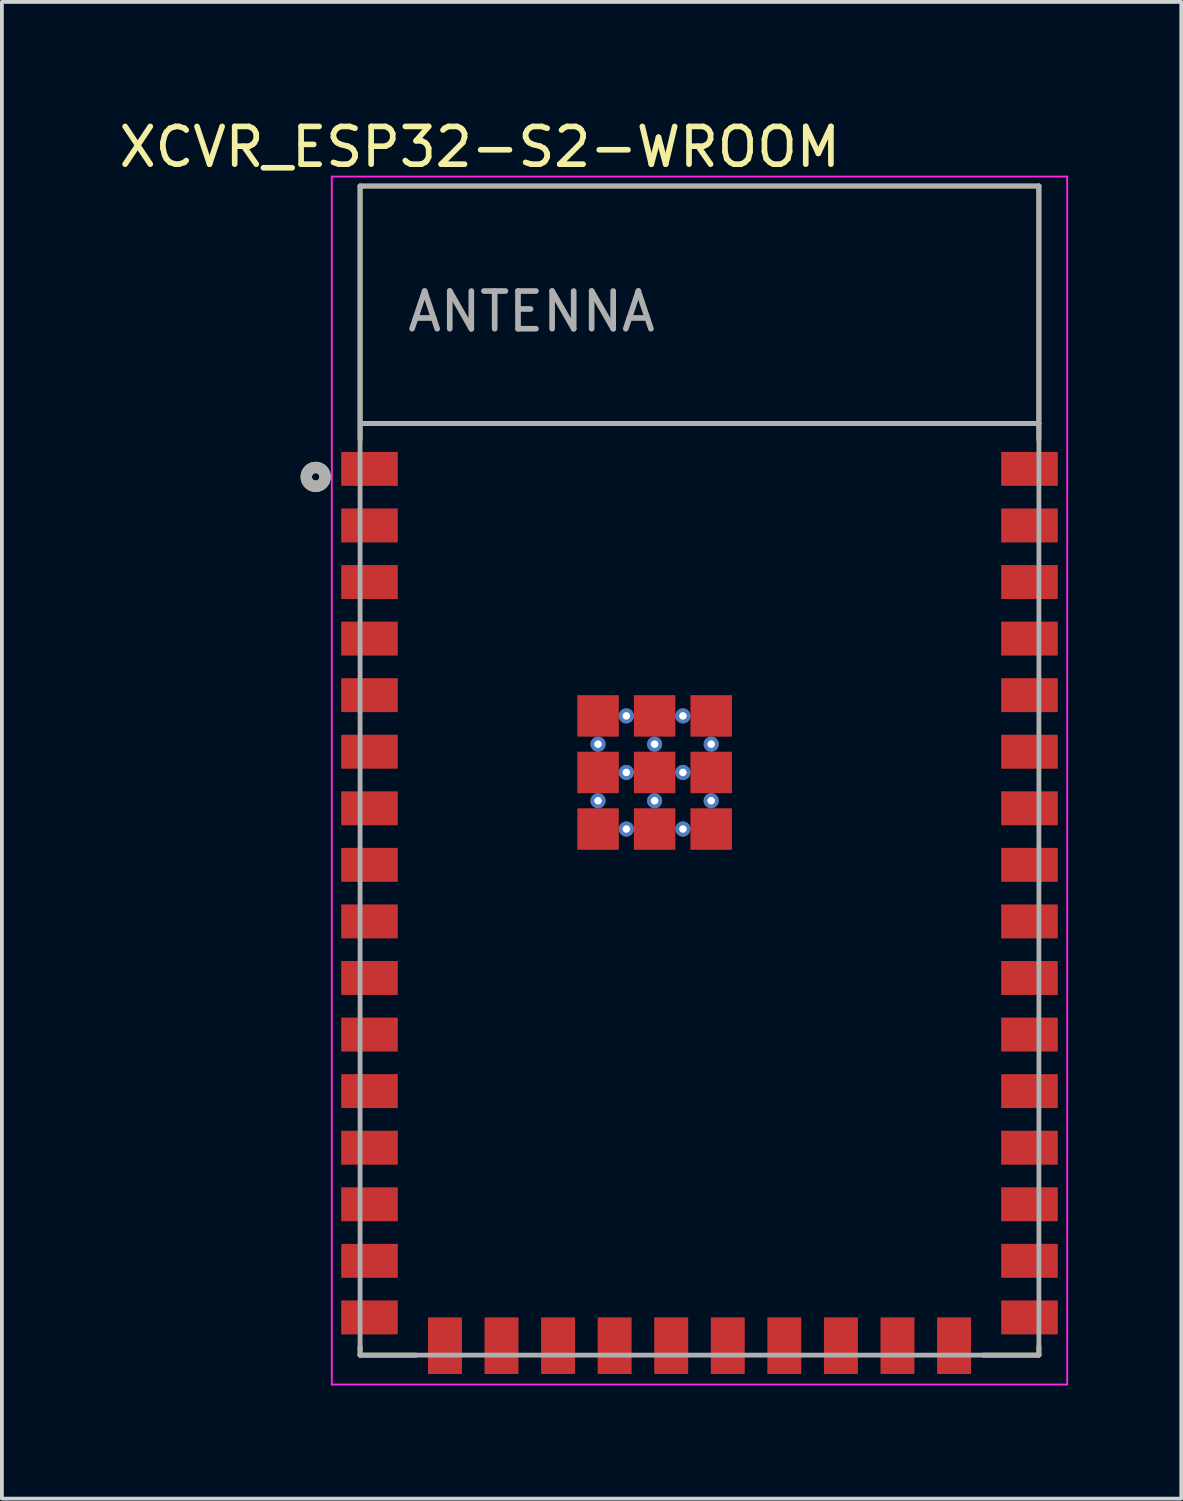
<source format=kicad_pcb>
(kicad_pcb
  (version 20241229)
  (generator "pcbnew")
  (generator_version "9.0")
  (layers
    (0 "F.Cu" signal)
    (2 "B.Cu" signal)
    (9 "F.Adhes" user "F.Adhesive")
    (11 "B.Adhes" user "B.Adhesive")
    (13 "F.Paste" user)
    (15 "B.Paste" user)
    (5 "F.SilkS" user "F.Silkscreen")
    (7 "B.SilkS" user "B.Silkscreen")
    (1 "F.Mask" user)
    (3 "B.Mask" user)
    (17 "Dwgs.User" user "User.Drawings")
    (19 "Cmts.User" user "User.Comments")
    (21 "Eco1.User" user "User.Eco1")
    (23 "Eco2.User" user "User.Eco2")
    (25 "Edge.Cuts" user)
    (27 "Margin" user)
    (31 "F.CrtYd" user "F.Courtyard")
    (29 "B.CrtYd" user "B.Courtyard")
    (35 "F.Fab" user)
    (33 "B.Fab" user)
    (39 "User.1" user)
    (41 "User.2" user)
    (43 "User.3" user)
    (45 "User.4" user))
  (footprint "XCVR_ESP32-S2-WROOM"
    (layer "F.Cu")
    (at 15.498 17.383)
    (property "Reference" "XCVR_ESP32-S2-WROOM" (at -5.825 -16.535 0) (layer "F.SilkS") (effects (font (size 1 1) (thickness 0.15))))
    (attr through_hole)
    (fp_line (start -9 -15.5) (end 9 -15.5) (stroke (width 0.127) (type solid)) (layer "F.SilkS"))
    (fp_line (start -9 -8.77) (end -9 -15.5) (stroke (width 0.127) (type solid)) (layer "F.SilkS"))
    (fp_line (start -9 15.27) (end -9 15.5) (stroke (width 0.127) (type solid)) (layer "F.SilkS"))
    (fp_line (start -9 15.5) (end -7.52 15.5) (stroke (width 0.127) (type solid)) (layer "F.SilkS"))
    (fp_line (start -8.96 -9.2) (end 9 -9.2) (stroke (width 0.127) (type solid)) (layer "F.SilkS"))
    (fp_line (start 9 -15.5) (end 9 -9.2) (stroke (width 0.127) (type solid)) (layer "F.SilkS"))
    (fp_line (start 9 -9.2) (end 9 -8.77) (stroke (width 0.127) (type solid)) (layer "F.SilkS"))
    (fp_line (start 9 15.27) (end 9 15.5) (stroke (width 0.127) (type solid)) (layer "F.SilkS"))
    (fp_line (start 9 15.5) (end 7.52 15.5) (stroke (width 0.127) (type solid)) (layer "F.SilkS"))
    (fp_circle (center -10.177 -7.788) (end -10.077 -7.788) (stroke (width 0.3) (type solid)) (fill no) (layer "F.SilkS"))
    (fp_line (start -9.75 -15.75) (end 9.75 -15.75) (stroke (width 0.05) (type solid)) (layer "F.CrtYd"))
    (fp_line (start -9.75 16.28) (end -9.75 -15.75) (stroke (width 0.05) (type solid)) (layer "F.CrtYd"))
    (fp_line (start -9.75 16.28) (end 9.75 16.28) (stroke (width 0.05) (type solid)) (layer "F.CrtYd"))
    (fp_line (start 9.75 -15.75) (end 9.75 16.28) (stroke (width 0.05) (type solid)) (layer "F.CrtYd"))
    (fp_line (start -9 -15.5) (end 9 -15.5) (stroke (width 0.127) (type solid)) (layer "F.Fab"))
    (fp_line (start -9 15.5) (end -9 -15.5) (stroke (width 0.127) (type solid)) (layer "F.Fab"))
    (fp_line (start -8.96 -9.2) (end 9 -9.2) (stroke (width 0.127) (type solid)) (layer "F.Fab"))
    (fp_line (start 9 -15.5) (end 9 -9.2) (stroke (width 0.127) (type solid)) (layer "F.Fab"))
    (fp_line (start 9 -9.2) (end 9 15.5) (stroke (width 0.127) (type solid)) (layer "F.Fab"))
    (fp_line (start 9 15.5) (end -9 15.5) (stroke (width 0.127) (type solid)) (layer "F.Fab"))
    (fp_circle (center -10.177 -7.788) (end -10.077 -7.788) (stroke (width 0.3) (type solid)) (fill no) (layer "F.Fab"))
    (fp_text user "ANTENNA" (at -4.455 -12.171 0) (layer "F.Fab") (effects (font (size 1 1) (thickness 0.15))))
    (pad "1" smd rect (at -8.75 -8) (size 1.5 0.9) (layers "F.Cu" "F.Mask" "F.Paste"))
    (pad "2" smd rect (at -8.75 -6.5) (size 1.5 0.9) (layers "F.Cu" "F.Mask" "F.Paste"))
    (pad "3" smd rect (at -8.75 -5) (size 1.5 0.9) (layers "F.Cu" "F.Mask" "F.Paste"))
    (pad "4" smd rect (at -8.75 -3.5) (size 1.5 0.9) (layers "F.Cu" "F.Mask" "F.Paste"))
    (pad "5" smd rect (at -8.75 -2) (size 1.5 0.9) (layers "F.Cu" "F.Mask" "F.Paste"))
    (pad "6" smd rect (at -8.75 -0.5) (size 1.5 0.9) (layers "F.Cu" "F.Mask" "F.Paste"))
    (pad "7" smd rect (at -8.75 1) (size 1.5 0.9) (layers "F.Cu" "F.Mask" "F.Paste"))
    (pad "8" smd rect (at -8.75 2.5) (size 1.5 0.9) (layers "F.Cu" "F.Mask" "F.Paste"))
    (pad "9" smd rect (at -8.75 4) (size 1.5 0.9) (layers "F.Cu" "F.Mask" "F.Paste"))
    (pad "10" smd rect (at -8.75 5.5) (size 1.5 0.9) (layers "F.Cu" "F.Mask" "F.Paste"))
    (pad "11" smd rect (at -8.75 7) (size 1.5 0.9) (layers "F.Cu" "F.Mask" "F.Paste"))
    (pad "12" smd rect (at -8.75 8.5) (size 1.5 0.9) (layers "F.Cu" "F.Mask" "F.Paste"))
    (pad "13" smd rect (at -8.75 10) (size 1.5 0.9) (layers "F.Cu" "F.Mask" "F.Paste"))
    (pad "14" smd rect (at -8.75 11.5) (size 1.5 0.9) (layers "F.Cu" "F.Mask" "F.Paste"))
    (pad "15" smd rect (at -8.75 13) (size 1.5 0.9) (layers "F.Cu" "F.Mask" "F.Paste"))
    (pad "16" smd rect (at -8.75 14.5) (size 1.5 0.9) (layers "F.Cu" "F.Mask" "F.Paste"))
    (pad "17" smd rect (at -6.75 15.25) (size 0.9 1.5) (layers "F.Cu" "F.Mask" "F.Paste"))
    (pad "18" smd rect (at -5.25 15.25) (size 0.9 1.5) (layers "F.Cu" "F.Mask" "F.Paste"))
    (pad "19" smd rect (at -3.75 15.25) (size 0.9 1.5) (layers "F.Cu" "F.Mask" "F.Paste"))
    (pad "20" smd rect (at -2.25 15.25) (size 0.9 1.5) (layers "F.Cu" "F.Mask" "F.Paste"))
    (pad "21" smd rect (at -0.75 15.25) (size 0.9 1.5) (layers "F.Cu" "F.Mask" "F.Paste"))
    (pad "22" smd rect (at 0.75 15.25) (size 0.9 1.5) (layers "F.Cu" "F.Mask" "F.Paste"))
    (pad "23" smd rect (at 2.25 15.25) (size 0.9 1.5) (layers "F.Cu" "F.Mask" "F.Paste"))
    (pad "24" smd rect (at 3.75 15.25) (size 0.9 1.5) (layers "F.Cu" "F.Mask" "F.Paste"))
    (pad "25" smd rect (at 5.25 15.25) (size 0.9 1.5) (layers "F.Cu" "F.Mask" "F.Paste"))
    (pad "26" smd rect (at 6.75 15.25) (size 0.9 1.5) (layers "F.Cu" "F.Mask" "F.Paste"))
    (pad "27" smd rect (at 8.75 14.5) (size 1.5 0.9) (layers "F.Cu" "F.Mask" "F.Paste"))
    (pad "28" smd rect (at 8.75 13) (size 1.5 0.9) (layers "F.Cu" "F.Mask" "F.Paste"))
    (pad "29" smd rect (at 8.75 11.5) (size 1.5 0.9) (layers "F.Cu" "F.Mask" "F.Paste"))
    (pad "30" smd rect (at 8.75 10) (size 1.5 0.9) (layers "F.Cu" "F.Mask" "F.Paste"))
    (pad "31" smd rect (at 8.75 8.5) (size 1.5 0.9) (layers "F.Cu" "F.Mask" "F.Paste"))
    (pad "32" smd rect (at 8.75 7) (size 1.5 0.9) (layers "F.Cu" "F.Mask" "F.Paste"))
    (pad "33" smd rect (at 8.75 5.5) (size 1.5 0.9) (layers "F.Cu" "F.Mask" "F.Paste"))
    (pad "34" smd rect (at 8.75 4) (size 1.5 0.9) (layers "F.Cu" "F.Mask" "F.Paste"))
    (pad "35" smd rect (at 8.75 2.5) (size 1.5 0.9) (layers "F.Cu" "F.Mask" "F.Paste"))
    (pad "36" smd rect (at 8.75 1) (size 1.5 0.9) (layers "F.Cu" "F.Mask" "F.Paste"))
    (pad "37" smd rect (at 8.75 -0.5) (size 1.5 0.9) (layers "F.Cu" "F.Mask" "F.Paste"))
    (pad "38" smd rect (at 8.75 -2) (size 1.5 0.9) (layers "F.Cu" "F.Mask" "F.Paste"))
    (pad "39" smd rect (at 8.75 -3.5) (size 1.5 0.9) (layers "F.Cu" "F.Mask" "F.Paste"))
    (pad "40" smd rect (at 8.75 -5) (size 1.5 0.9) (layers "F.Cu" "F.Mask" "F.Paste"))
    (pad "41" smd rect (at 8.75 -6.5) (size 1.5 0.9) (layers "F.Cu" "F.Mask" "F.Paste"))
    (pad "42" smd rect (at 8.75 -8) (size 1.5 0.9) (layers "F.Cu" "F.Mask" "F.Paste"))
    (pad "43.1" smd rect (at -1.19 0.05) (size 1.1 1.1) (layers "F.Cu" "F.Mask" "F.Paste"))
    (pad "43.2" smd rect (at -2.69 0.05) (size 1.1 1.1) (layers "F.Cu" "F.Mask" "F.Paste"))
    (pad "43.3" smd rect (at 0.31 0.05) (size 1.1 1.1) (layers "F.Cu" "F.Mask" "F.Paste"))
    (pad "43.4" smd rect (at -2.69 1.55) (size 1.1 1.1) (layers "F.Cu" "F.Mask" "F.Paste"))
    (pad "43.5" smd rect (at -1.19 1.55) (size 1.1 1.1) (layers "F.Cu" "F.Mask" "F.Paste"))
    (pad "43.6" smd rect (at 0.31 1.55) (size 1.1 1.1) (layers "F.Cu" "F.Mask" "F.Paste"))
    (pad "43.7" smd rect (at -2.69 -1.45) (size 1.1 1.1) (layers "F.Cu" "F.Mask" "F.Paste"))
    (pad "43.8" smd rect (at -1.19 -1.45) (size 1.1 1.1) (layers "F.Cu" "F.Mask" "F.Paste"))
    (pad "43.9" smd rect (at 0.31 -1.45) (size 1.1 1.1) (layers "F.Cu" "F.Mask" "F.Paste"))
    (pad "43.10" thru_hole circle (at -1.19 -0.7) (size 0.4 0.4) (drill 0.2) (layers "*.Cu" "*.Mask"))
    (pad "43.11" thru_hole circle (at -2.69 -0.7) (size 0.4 0.4) (drill 0.2) (layers "*.Cu" "*.Mask"))
    (pad "43.12" thru_hole circle (at 0.31 -0.7) (size 0.4 0.4) (drill 0.2) (layers "*.Cu" "*.Mask"))
    (pad "43.13" thru_hole circle (at -2.69 0.8) (size 0.4 0.4) (drill 0.2) (layers "*.Cu" "*.Mask"))
    (pad "43.14" thru_hole circle (at -1.19 0.8) (size 0.4 0.4) (drill 0.2) (layers "*.Cu" "*.Mask"))
    (pad "43.15" thru_hole circle (at 0.31 0.8) (size 0.4 0.4) (drill 0.2) (layers "*.Cu" "*.Mask"))
    (pad "43.16" thru_hole circle (at -1.94 -1.45) (size 0.4 0.4) (drill 0.2) (layers "*.Cu" "*.Mask"))
    (pad "43.17" thru_hole circle (at -0.44 -1.45) (size 0.4 0.4) (drill 0.2) (layers "*.Cu" "*.Mask"))
    (pad "43.18" thru_hole circle (at -1.94 0.05) (size 0.4 0.4) (drill 0.2) (layers "*.Cu" "*.Mask"))
    (pad "43.19" thru_hole circle (at -0.44 0.05) (size 0.4 0.4) (drill 0.2) (layers "*.Cu" "*.Mask"))
    (pad "43.20" thru_hole circle (at -1.94 1.55) (size 0.4 0.4) (drill 0.2) (layers "*.Cu" "*.Mask"))
    (pad "43.21" thru_hole circle (at -0.44 1.55) (size 0.4 0.4) (drill 0.2) (layers "*.Cu" "*.Mask"))
    (zone (net_name "") (layer "F.Cu") (hatch full 0.508) (connect_pads) (min_thickness 0.01) (filled_areas_thickness no) (keepout (tracks not_allowed) (vias not_allowed) (pads not_allowed) (copperpour not_allowed) (footprints allowed)) (placement (enabled no)) (fill) (polygon (pts (xy 6.498 1.883) (xy 24.498 1.883) (xy 24.498 8.183) (xy 6.498 8.183))))
    (zone (net_name "") (layers "F.Cu" "B.Cu") (hatch full 0.508) (connect_pads) (min_thickness 0.01) (filled_areas_thickness no) (keepout (tracks allowed) (vias not_allowed) (pads allowed) (copperpour allowed) (footprints allowed)) (placement (enabled no)) (fill) (polygon (pts (xy 6.498 1.883) (xy 24.498 1.883) (xy 24.498 8.183) (xy 6.498 8.183))))
    (zone (net_name "") (layer "B.Cu") (hatch full 0.508) (connect_pads) (min_thickness 0.01) (filled_areas_thickness no) (keepout (tracks not_allowed) (vias not_allowed) (pads not_allowed) (copperpour not_allowed) (footprints allowed)) (placement (enabled no)) (fill) (polygon (pts (xy 6.498 1.883) (xy 24.498 1.883) (xy 24.498 8.183) (xy 6.498 8.183)))))
  (gr_rect
    (start -3 -3)
    (end 28.273 36.688)
    (stroke (width 0.1) (type default))
    (fill no)
    (layer "Edge.Cuts")))
</source>
